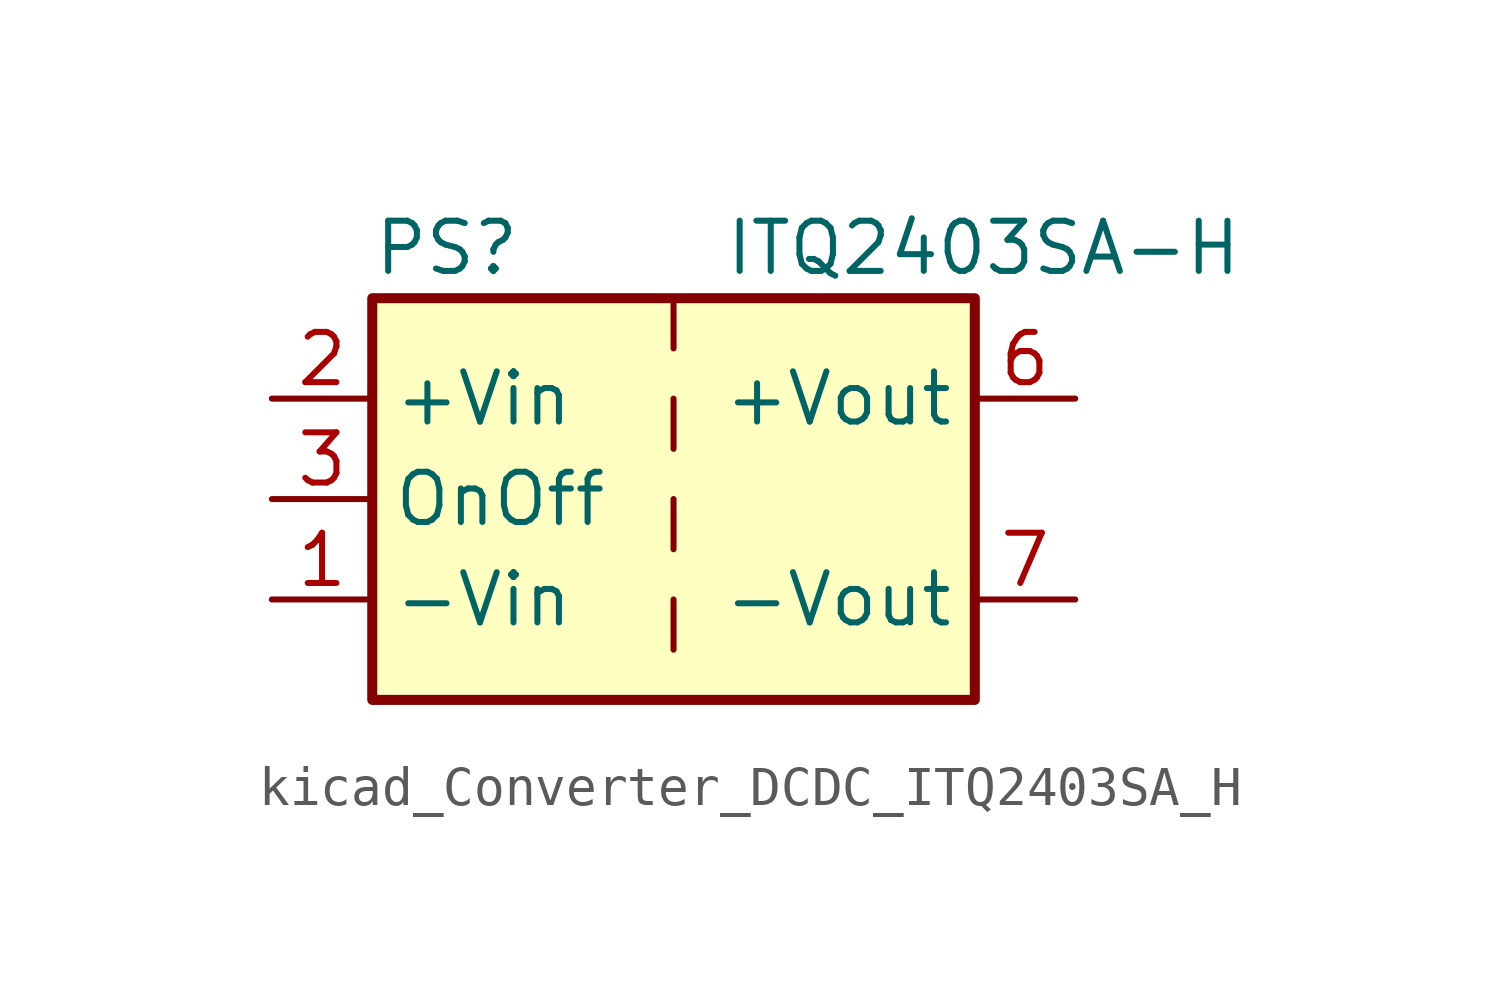
<source format=kicad_sym>
(kicad_symbol_lib
  (version 20220914)
  (generator kicad_symbol_editor)
  (symbol "kicad_Converter_DCDC_ITQ2403SA_H"
    (property "Reference" "PS"
      (at -7.62 6.35 0)
      (effects (font (size 1.27 1.27)) (justify left)))
    (property "Value" "ITQ2403SA-H"
      (at 1.27 6.35 0)
      (effects (font (size 1.27 1.27)) (justify left)))
    (symbol "kicad_Converter_DCDC_ITQ2403SA_H_0_0"
      (pin power_in line (at -10.16 -2.54 0) (length 2.54) (name "-Vin" (effects (font (size 1.27 1.27)))) (number "1" (effects (font (size 1.27 1.27)))))
      (pin power_in line (at -10.16 2.54 0) (length 2.54) (name "+Vin" (effects (font (size 1.27 1.27)))) (number "2" (effects (font (size 1.27 1.27)))))
      (pin input line (at -10.16 0 0) (length 2.54) (name "OnOff" (effects (font (size 1.27 1.27)))) (number "3" (effects (font (size 1.27 1.27)))))
      (pin power_out line (at 10.16 2.54 180) (length 2.54) (name "+Vout" (effects (font (size 1.27 1.27)))) (number "6" (effects (font (size 1.27 1.27)))))
      (pin power_out line (at 10.16 -2.54 180) (length 2.54) (name "-Vout" (effects (font (size 1.27 1.27)))) (number "7" (effects (font (size 1.27 1.27)))))
      (pin no_connect line (at 7.62 0 180) (length 2.54) hide (name "NC" (effects (font (size 1.27 1.27)))) (number "8" (effects (font (size 1.27 1.27))))))
    (symbol "kicad_Converter_DCDC_ITQ2403SA_H_0_1"
      (rectangle (start -7.62 5.08) (end 7.62 -5.08) (stroke (width 0.254) (type default)) (fill (type background)))
      (polyline (pts (xy 0 -2.54) (xy 0 -3.81)) (stroke (width 0) (type default)) (fill (type none)))
      (polyline (pts (xy 0 0) (xy 0 -1.27)) (stroke (width 0) (type default)) (fill (type none)))
      (polyline (pts (xy 0 2.54) (xy 0 1.27)) (stroke (width 0) (type default)) (fill (type none)))
      (polyline (pts (xy 0 5.08) (xy 0 3.81)) (stroke (width 0) (type default)) (fill (type none))))))
</source>
